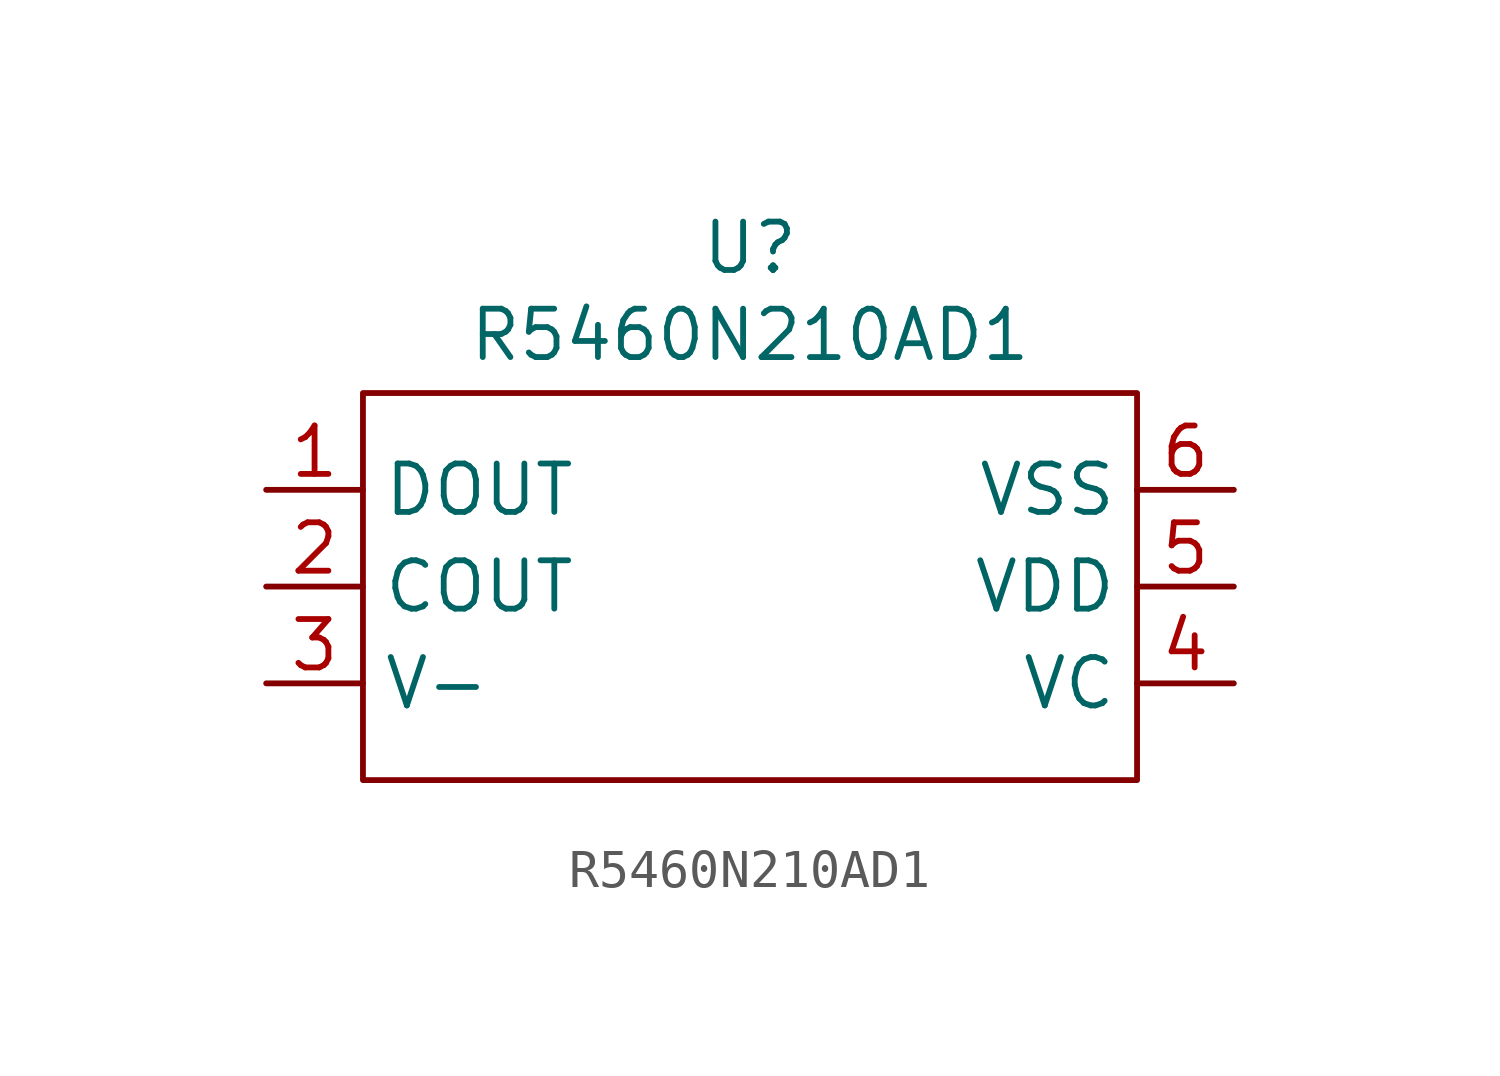
<source format=kicad_sym>
(kicad_symbol_lib
  (version 20231120)
  (generator "kicad_symbol_editor")
  (generator_version "8.0")
  (symbol "R5460N210AD1"
    (property "Reference" "U"
      (at 0 0 0)
      (effects (font (size 1.27 1.27))))
    (property "Value" ""
      (at 0 0 0)
      (effects (font (size 1.27 1.27))))
    (symbol "R5460N210AD1_0_1"
      (polyline (pts (xy -10.16 -3.81) (xy 10.16 -3.81) (xy 10.16 -13.97) (xy -10.16 -13.97) (xy -10.16 -3.81)) (stroke (width 0) (type default)) (fill (type none))))
    (symbol "R5460N210AD1_1_1"
      (text "R5460N210AD1" (at 0 -2.286 0) (effects (font (size 1.27 1.27) (color 2 102 102 1))))
      (pin output line (at -12.7 -6.35 0) (length 2.54) (name "DOUT" (effects (font (size 1.27 1.27)))) (number "1" (effects (font (size 1.27 1.27)))))
      (pin output line (at -12.7 -8.89 0) (length 2.54) (name "COUT" (effects (font (size 1.27 1.27)))) (number "2" (effects (font (size 1.27 1.27)))))
      (pin input line (at -12.7 -11.43 0) (length 2.54) (name "V-" (effects (font (size 1.27 1.27)))) (number "3" (effects (font (size 1.27 1.27)))))
      (pin input line (at 12.7 -11.43 180) (length 2.54) (name "VC" (effects (font (size 1.27 1.27)))) (number "4" (effects (font (size 1.27 1.27)))))
      (pin input line (at 12.7 -8.89 180) (length 2.54) (name "VDD" (effects (font (size 1.27 1.27)))) (number "5" (effects (font (size 1.27 1.27)))))
      (pin input line (at 12.7 -6.35 180) (length 2.54) (name "VSS" (effects (font (size 1.27 1.27)))) (number "6" (effects (font (size 1.27 1.27))))))))
</source>
